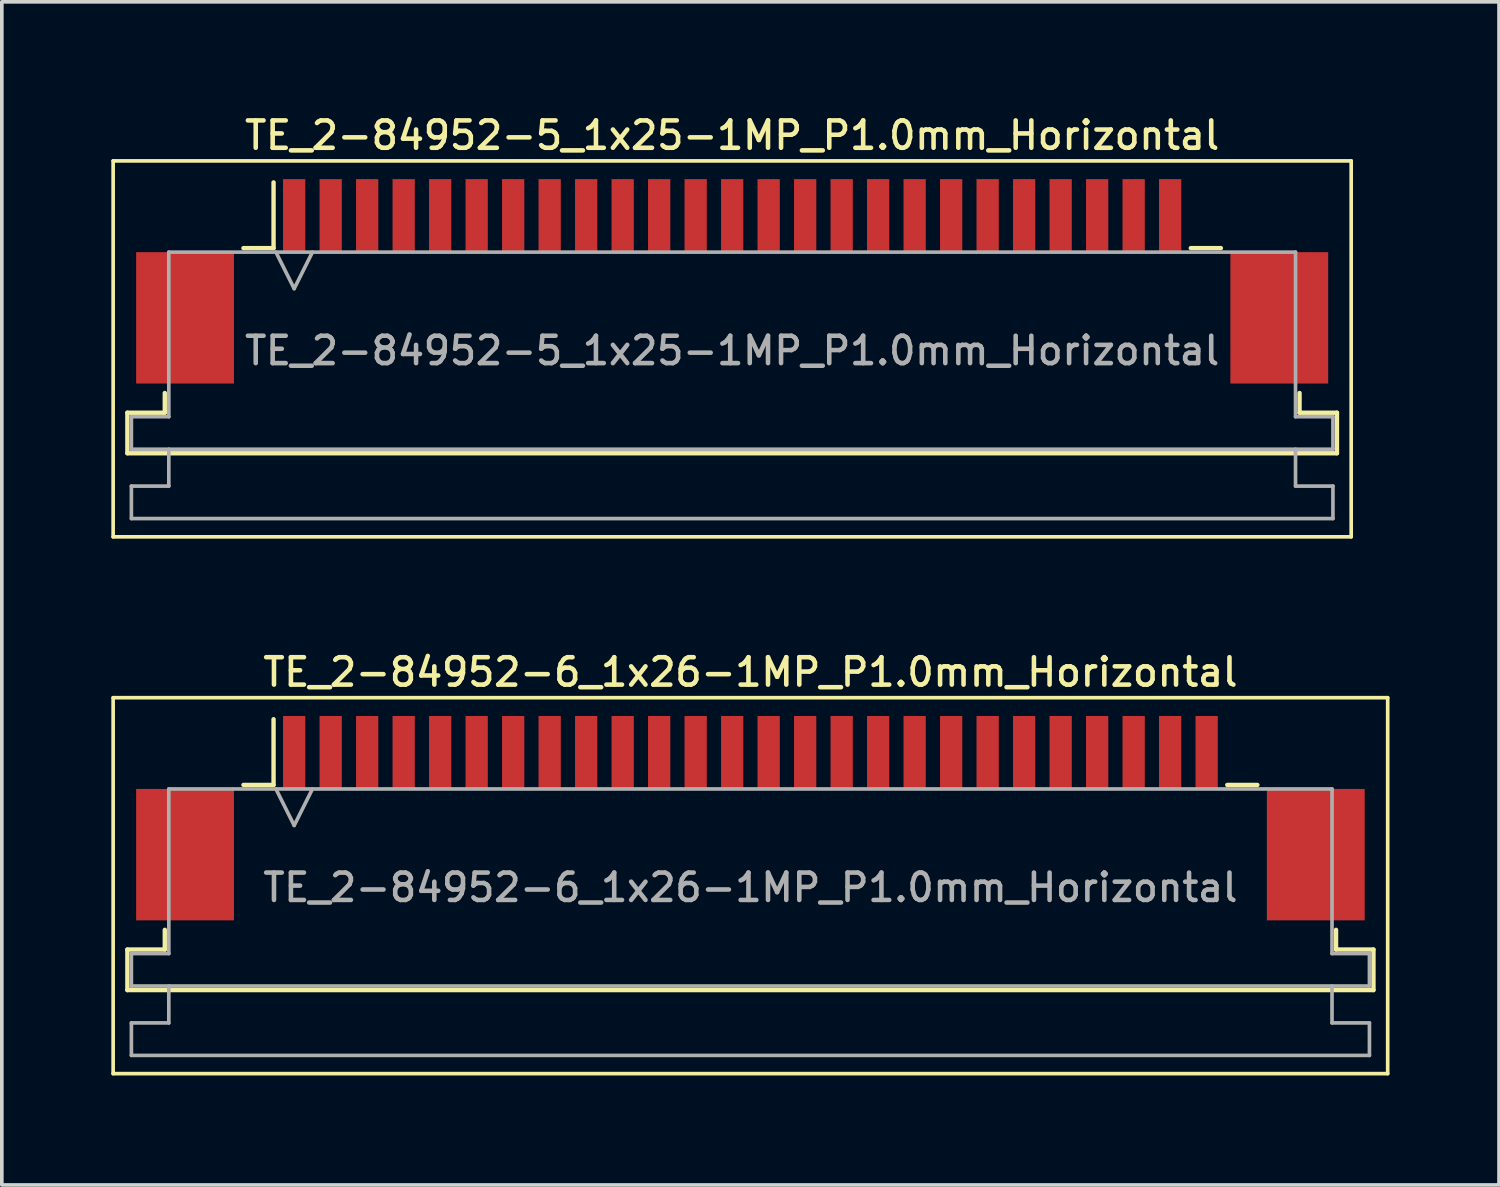
<source format=kicad_pcb>
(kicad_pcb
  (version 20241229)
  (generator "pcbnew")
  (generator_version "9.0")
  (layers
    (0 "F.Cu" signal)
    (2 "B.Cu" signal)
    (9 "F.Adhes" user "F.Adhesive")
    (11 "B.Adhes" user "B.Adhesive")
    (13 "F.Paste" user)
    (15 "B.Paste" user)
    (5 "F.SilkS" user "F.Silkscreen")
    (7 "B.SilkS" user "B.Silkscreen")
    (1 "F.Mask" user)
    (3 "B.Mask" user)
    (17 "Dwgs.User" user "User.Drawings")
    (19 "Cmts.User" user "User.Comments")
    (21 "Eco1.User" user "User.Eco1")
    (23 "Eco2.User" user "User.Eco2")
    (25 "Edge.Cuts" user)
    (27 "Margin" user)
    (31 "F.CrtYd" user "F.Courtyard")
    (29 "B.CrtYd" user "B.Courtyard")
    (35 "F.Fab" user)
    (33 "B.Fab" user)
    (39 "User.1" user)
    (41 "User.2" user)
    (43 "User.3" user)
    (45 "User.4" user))
  (footprint "TE_2-84952-6_1x26-1MP_P1.0mm_Horizontal"
    (layer "F.Cu")
    (at 17.51 19.366)
    (property "Reference" "TE_2-84952-6_1x26-1MP_P1.0mm_Horizontal" (at 0 -4 0) (layer "F.SilkS") (effects (font (size 0.75 0.75) (thickness 0.125))))
    (attr smd)
    (fp_line (start -17.46 -3.3) (end -17.46 7) (stroke (width 0.1) (type solid)) (layer "F.SilkS"))
    (fp_line (start -17.46 7) (end 17.46 7) (stroke (width 0.1) (type solid)) (layer "F.SilkS"))
    (fp_line (start -17.07 3.6) (end -16.045 3.6) (stroke (width 0.12) (type solid)) (layer "F.SilkS"))
    (fp_line (start -17.07 4.71) (end -17.07 3.6) (stroke (width 0.12) (type solid)) (layer "F.SilkS"))
    (fp_line (start -16.045 3.6) (end -16.045 3.06) (stroke (width 0.12) (type solid)) (layer "F.SilkS"))
    (fp_line (start -13.89 -0.91) (end -13.065 -0.91) (stroke (width 0.12) (type solid)) (layer "F.SilkS"))
    (fp_line (start -13.065 -0.91) (end -13.065 -2.71) (stroke (width 0.12) (type solid)) (layer "F.SilkS"))
    (fp_line (start 13.065 -0.91) (end 13.89 -0.91) (stroke (width 0.12) (type solid)) (layer "F.SilkS"))
    (fp_line (start 16.045 3.06) (end 16.045 3.6) (stroke (width 0.12) (type solid)) (layer "F.SilkS"))
    (fp_line (start 16.045 3.6) (end 17.07 3.6) (stroke (width 0.12) (type solid)) (layer "F.SilkS"))
    (fp_line (start 17.07 3.6) (end 17.07 4.71) (stroke (width 0.12) (type solid)) (layer "F.SilkS"))
    (fp_line (start 17.07 4.71) (end -17.07 4.71) (stroke (width 0.12) (type solid)) (layer "F.SilkS"))
    (fp_line (start 17.46 -3.3) (end -17.46 -3.3) (stroke (width 0.1) (type solid)) (layer "F.SilkS"))
    (fp_line (start 17.46 7) (end 17.46 -3.3) (stroke (width 0.1) (type solid)) (layer "F.SilkS"))
    (fp_line (start -16.96 3.71) (end -15.935 3.71) (stroke (width 0.1) (type solid)) (layer "F.Fab"))
    (fp_line (start -16.96 4.6) (end -16.96 3.71) (stroke (width 0.1) (type solid)) (layer "F.Fab"))
    (fp_line (start -16.96 5.61) (end -15.935 5.61) (stroke (width 0.1) (type solid)) (layer "F.Fab"))
    (fp_line (start -16.96 6.5) (end -16.96 5.61) (stroke (width 0.1) (type solid)) (layer "F.Fab"))
    (fp_line (start -15.935 -0.8) (end 15.935 -0.8) (stroke (width 0.1) (type solid)) (layer "F.Fab"))
    (fp_line (start -15.935 3.71) (end -15.935 -0.8) (stroke (width 0.1) (type solid)) (layer "F.Fab"))
    (fp_line (start -15.935 5.61) (end -15.935 4.6) (stroke (width 0.1) (type solid)) (layer "F.Fab"))
    (fp_line (start -13 -0.8) (end -12.5 0.2) (stroke (width 0.1) (type solid)) (layer "F.Fab"))
    (fp_line (start -12.5 0.2) (end -12 -0.8) (stroke (width 0.1) (type solid)) (layer "F.Fab"))
    (fp_line (start 15.935 -0.8) (end 15.935 3.71) (stroke (width 0.1) (type solid)) (layer "F.Fab"))
    (fp_line (start 15.935 3.71) (end 16.96 3.71) (stroke (width 0.1) (type solid)) (layer "F.Fab"))
    (fp_line (start 15.935 4.6) (end 15.935 5.61) (stroke (width 0.1) (type solid)) (layer "F.Fab"))
    (fp_line (start 15.935 5.61) (end 16.96 5.61) (stroke (width 0.1) (type solid)) (layer "F.Fab"))
    (fp_line (start 16.96 3.71) (end 16.96 4.6) (stroke (width 0.1) (type solid)) (layer "F.Fab"))
    (fp_line (start 16.96 4.6) (end -16.96 4.6) (stroke (width 0.1) (type solid)) (layer "F.Fab"))
    (fp_line (start 16.96 5.61) (end 16.96 6.5) (stroke (width 0.1) (type solid)) (layer "F.Fab"))
    (fp_line (start 16.96 6.5) (end -16.96 6.5) (stroke (width 0.1) (type solid)) (layer "F.Fab"))
    (fp_text user "${REFERENCE}" (at 0 1.9 0) (layer "F.Fab") (effects (font (size 0.75 0.75) (thickness 0.125))))
    (pad "1" smd rect (at -12.5 -1.8) (size 0.61 2) (layers "F.Cu" "F.Mask" "F.Paste"))
    (pad "2" smd rect (at -11.5 -1.8) (size 0.61 2) (layers "F.Cu" "F.Mask" "F.Paste"))
    (pad "3" smd rect (at -10.5 -1.8) (size 0.61 2) (layers "F.Cu" "F.Mask" "F.Paste"))
    (pad "4" smd rect (at -9.5 -1.8) (size 0.61 2) (layers "F.Cu" "F.Mask" "F.Paste"))
    (pad "5" smd rect (at -8.5 -1.8) (size 0.61 2) (layers "F.Cu" "F.Mask" "F.Paste"))
    (pad "6" smd rect (at -7.5 -1.8) (size 0.61 2) (layers "F.Cu" "F.Mask" "F.Paste"))
    (pad "7" smd rect (at -6.5 -1.8) (size 0.61 2) (layers "F.Cu" "F.Mask" "F.Paste"))
    (pad "8" smd rect (at -5.5 -1.8) (size 0.61 2) (layers "F.Cu" "F.Mask" "F.Paste"))
    (pad "9" smd rect (at -4.5 -1.8) (size 0.61 2) (layers "F.Cu" "F.Mask" "F.Paste"))
    (pad "10" smd rect (at -3.5 -1.8) (size 0.61 2) (layers "F.Cu" "F.Mask" "F.Paste"))
    (pad "11" smd rect (at -2.5 -1.8) (size 0.61 2) (layers "F.Cu" "F.Mask" "F.Paste"))
    (pad "12" smd rect (at -1.5 -1.8) (size 0.61 2) (layers "F.Cu" "F.Mask" "F.Paste"))
    (pad "13" smd rect (at -0.5 -1.8) (size 0.61 2) (layers "F.Cu" "F.Mask" "F.Paste"))
    (pad "14" smd rect (at 0.5 -1.8) (size 0.61 2) (layers "F.Cu" "F.Mask" "F.Paste"))
    (pad "15" smd rect (at 1.5 -1.8) (size 0.61 2) (layers "F.Cu" "F.Mask" "F.Paste"))
    (pad "16" smd rect (at 2.5 -1.8) (size 0.61 2) (layers "F.Cu" "F.Mask" "F.Paste"))
    (pad "17" smd rect (at 3.5 -1.8) (size 0.61 2) (layers "F.Cu" "F.Mask" "F.Paste"))
    (pad "18" smd rect (at 4.5 -1.8) (size 0.61 2) (layers "F.Cu" "F.Mask" "F.Paste"))
    (pad "19" smd rect (at 5.5 -1.8) (size 0.61 2) (layers "F.Cu" "F.Mask" "F.Paste"))
    (pad "20" smd rect (at 6.5 -1.8) (size 0.61 2) (layers "F.Cu" "F.Mask" "F.Paste"))
    (pad "21" smd rect (at 7.5 -1.8) (size 0.61 2) (layers "F.Cu" "F.Mask" "F.Paste"))
    (pad "22" smd rect (at 8.5 -1.8) (size 0.61 2) (layers "F.Cu" "F.Mask" "F.Paste"))
    (pad "23" smd rect (at 9.5 -1.8) (size 0.61 2) (layers "F.Cu" "F.Mask" "F.Paste"))
    (pad "24" smd rect (at 10.5 -1.8) (size 0.61 2) (layers "F.Cu" "F.Mask" "F.Paste"))
    (pad "25" smd rect (at 11.5 -1.8) (size 0.61 2) (layers "F.Cu" "F.Mask" "F.Paste"))
    (pad "26" smd rect (at 12.5 -1.8) (size 0.61 2) (layers "F.Cu" "F.Mask" "F.Paste"))
    (pad "MP" smd rect (at -15.49 1) (size 2.68 3.6) (layers "F.Cu" "F.Mask" "F.Paste"))
    (pad "MP" smd rect (at 15.49 1) (size 2.68 3.6) (layers "F.Cu" "F.Mask" "F.Paste")))
  (footprint "TE_2-84952-5_1x25-1MP_P1.0mm_Horizontal"
    (layer "F.Cu")
    (at 17.01 4.658)
    (property "Reference" "TE_2-84952-5_1x25-1MP_P1.0mm_Horizontal" (at 0 -4 0) (layer "F.SilkS") (effects (font (size 0.75 0.75) (thickness 0.125))))
    (attr smd)
    (fp_line (start -16.96 -3.3) (end -16.96 7) (stroke (width 0.1) (type solid)) (layer "F.SilkS"))
    (fp_line (start -16.96 7) (end 16.96 7) (stroke (width 0.1) (type solid)) (layer "F.SilkS"))
    (fp_line (start -16.57 3.6) (end -15.545 3.6) (stroke (width 0.12) (type solid)) (layer "F.SilkS"))
    (fp_line (start -16.57 4.71) (end -16.57 3.6) (stroke (width 0.12) (type solid)) (layer "F.SilkS"))
    (fp_line (start -15.545 3.6) (end -15.545 3.06) (stroke (width 0.12) (type solid)) (layer "F.SilkS"))
    (fp_line (start -13.39 -0.91) (end -12.565 -0.91) (stroke (width 0.12) (type solid)) (layer "F.SilkS"))
    (fp_line (start -12.565 -0.91) (end -12.565 -2.71) (stroke (width 0.12) (type solid)) (layer "F.SilkS"))
    (fp_line (start 12.565 -0.91) (end 13.39 -0.91) (stroke (width 0.12) (type solid)) (layer "F.SilkS"))
    (fp_line (start 15.545 3.06) (end 15.545 3.6) (stroke (width 0.12) (type solid)) (layer "F.SilkS"))
    (fp_line (start 15.545 3.6) (end 16.57 3.6) (stroke (width 0.12) (type solid)) (layer "F.SilkS"))
    (fp_line (start 16.57 3.6) (end 16.57 4.71) (stroke (width 0.12) (type solid)) (layer "F.SilkS"))
    (fp_line (start 16.57 4.71) (end -16.57 4.71) (stroke (width 0.12) (type solid)) (layer "F.SilkS"))
    (fp_line (start 16.96 -3.3) (end -16.96 -3.3) (stroke (width 0.1) (type solid)) (layer "F.SilkS"))
    (fp_line (start 16.96 7) (end 16.96 -3.3) (stroke (width 0.1) (type solid)) (layer "F.SilkS"))
    (fp_line (start -16.46 3.71) (end -15.435 3.71) (stroke (width 0.1) (type solid)) (layer "F.Fab"))
    (fp_line (start -16.46 4.6) (end -16.46 3.71) (stroke (width 0.1) (type solid)) (layer "F.Fab"))
    (fp_line (start -16.46 5.61) (end -15.435 5.61) (stroke (width 0.1) (type solid)) (layer "F.Fab"))
    (fp_line (start -16.46 6.5) (end -16.46 5.61) (stroke (width 0.1) (type solid)) (layer "F.Fab"))
    (fp_line (start -15.435 -0.8) (end 15.435 -0.8) (stroke (width 0.1) (type solid)) (layer "F.Fab"))
    (fp_line (start -15.435 3.71) (end -15.435 -0.8) (stroke (width 0.1) (type solid)) (layer "F.Fab"))
    (fp_line (start -15.435 5.61) (end -15.435 4.6) (stroke (width 0.1) (type solid)) (layer "F.Fab"))
    (fp_line (start -12.5 -0.8) (end -12 0.2) (stroke (width 0.1) (type solid)) (layer "F.Fab"))
    (fp_line (start -12 0.2) (end -11.5 -0.8) (stroke (width 0.1) (type solid)) (layer "F.Fab"))
    (fp_line (start 15.435 -0.8) (end 15.435 3.71) (stroke (width 0.1) (type solid)) (layer "F.Fab"))
    (fp_line (start 15.435 3.71) (end 16.46 3.71) (stroke (width 0.1) (type solid)) (layer "F.Fab"))
    (fp_line (start 15.435 4.6) (end 15.435 5.61) (stroke (width 0.1) (type solid)) (layer "F.Fab"))
    (fp_line (start 15.435 5.61) (end 16.46 5.61) (stroke (width 0.1) (type solid)) (layer "F.Fab"))
    (fp_line (start 16.46 3.71) (end 16.46 4.6) (stroke (width 0.1) (type solid)) (layer "F.Fab"))
    (fp_line (start 16.46 4.6) (end -16.46 4.6) (stroke (width 0.1) (type solid)) (layer "F.Fab"))
    (fp_line (start 16.46 5.61) (end 16.46 6.5) (stroke (width 0.1) (type solid)) (layer "F.Fab"))
    (fp_line (start 16.46 6.5) (end -16.46 6.5) (stroke (width 0.1) (type solid)) (layer "F.Fab"))
    (fp_text user "${REFERENCE}" (at 0 1.9 0) (layer "F.Fab") (effects (font (size 0.75 0.75) (thickness 0.125))))
    (pad "1" smd rect (at -12 -1.8) (size 0.61 2) (layers "F.Cu" "F.Mask" "F.Paste"))
    (pad "2" smd rect (at -11 -1.8) (size 0.61 2) (layers "F.Cu" "F.Mask" "F.Paste"))
    (pad "3" smd rect (at -10 -1.8) (size 0.61 2) (layers "F.Cu" "F.Mask" "F.Paste"))
    (pad "4" smd rect (at -9 -1.8) (size 0.61 2) (layers "F.Cu" "F.Mask" "F.Paste"))
    (pad "5" smd rect (at -8 -1.8) (size 0.61 2) (layers "F.Cu" "F.Mask" "F.Paste"))
    (pad "6" smd rect (at -7 -1.8) (size 0.61 2) (layers "F.Cu" "F.Mask" "F.Paste"))
    (pad "7" smd rect (at -6 -1.8) (size 0.61 2) (layers "F.Cu" "F.Mask" "F.Paste"))
    (pad "8" smd rect (at -5 -1.8) (size 0.61 2) (layers "F.Cu" "F.Mask" "F.Paste"))
    (pad "9" smd rect (at -4 -1.8) (size 0.61 2) (layers "F.Cu" "F.Mask" "F.Paste"))
    (pad "10" smd rect (at -3 -1.8) (size 0.61 2) (layers "F.Cu" "F.Mask" "F.Paste"))
    (pad "11" smd rect (at -2 -1.8) (size 0.61 2) (layers "F.Cu" "F.Mask" "F.Paste"))
    (pad "12" smd rect (at -1 -1.8) (size 0.61 2) (layers "F.Cu" "F.Mask" "F.Paste"))
    (pad "13" smd rect (at 0 -1.8) (size 0.61 2) (layers "F.Cu" "F.Mask" "F.Paste"))
    (pad "14" smd rect (at 1 -1.8) (size 0.61 2) (layers "F.Cu" "F.Mask" "F.Paste"))
    (pad "15" smd rect (at 2 -1.8) (size 0.61 2) (layers "F.Cu" "F.Mask" "F.Paste"))
    (pad "16" smd rect (at 3 -1.8) (size 0.61 2) (layers "F.Cu" "F.Mask" "F.Paste"))
    (pad "17" smd rect (at 4 -1.8) (size 0.61 2) (layers "F.Cu" "F.Mask" "F.Paste"))
    (pad "18" smd rect (at 5 -1.8) (size 0.61 2) (layers "F.Cu" "F.Mask" "F.Paste"))
    (pad "19" smd rect (at 6 -1.8) (size 0.61 2) (layers "F.Cu" "F.Mask" "F.Paste"))
    (pad "20" smd rect (at 7 -1.8) (size 0.61 2) (layers "F.Cu" "F.Mask" "F.Paste"))
    (pad "21" smd rect (at 8 -1.8) (size 0.61 2) (layers "F.Cu" "F.Mask" "F.Paste"))
    (pad "22" smd rect (at 9 -1.8) (size 0.61 2) (layers "F.Cu" "F.Mask" "F.Paste"))
    (pad "23" smd rect (at 10 -1.8) (size 0.61 2) (layers "F.Cu" "F.Mask" "F.Paste"))
    (pad "24" smd rect (at 11 -1.8) (size 0.61 2) (layers "F.Cu" "F.Mask" "F.Paste"))
    (pad "25" smd rect (at 12 -1.8) (size 0.61 2) (layers "F.Cu" "F.Mask" "F.Paste"))
    (pad "MP" smd rect (at -14.99 1) (size 2.68 3.6) (layers "F.Cu" "F.Mask" "F.Paste"))
    (pad "MP" smd rect (at 14.99 1) (size 2.68 3.6) (layers "F.Cu" "F.Mask" "F.Paste")))
  (gr_rect
    (start -3 -3)
    (end 38.02 29.416)
    (stroke (width 0.1) (type default))
    (fill no)
    (layer "Edge.Cuts")))
</source>
